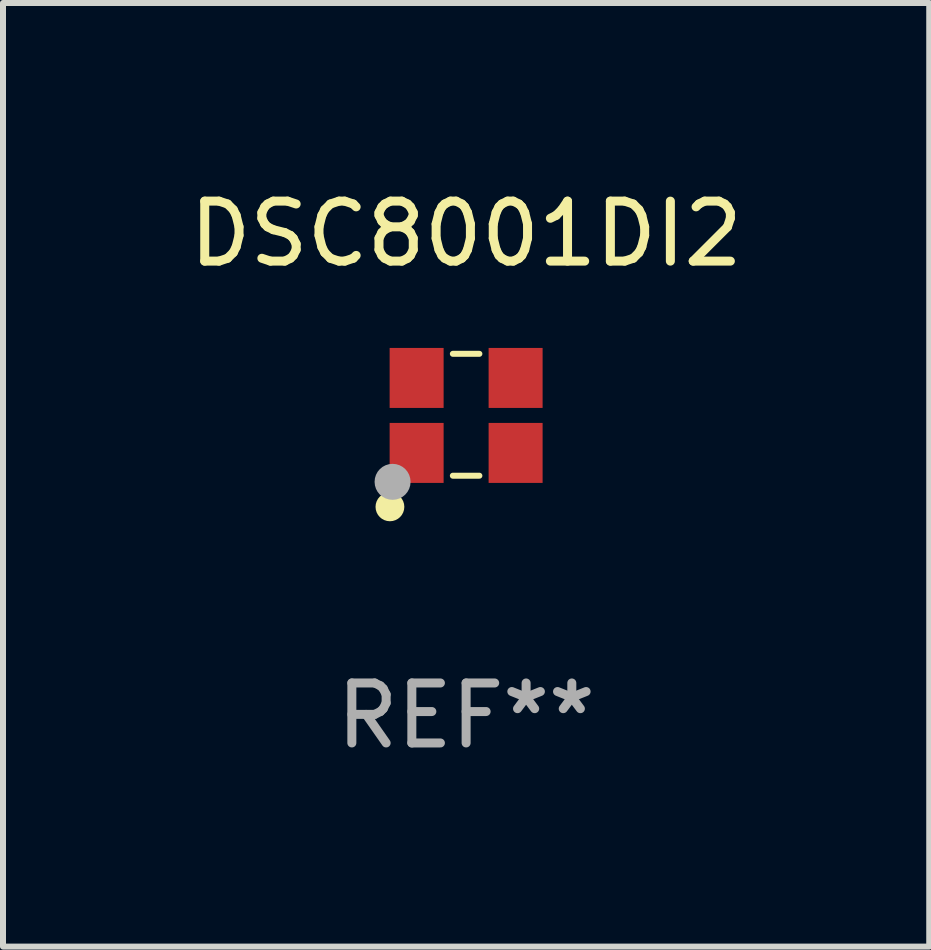
<source format=kicad_pcb>
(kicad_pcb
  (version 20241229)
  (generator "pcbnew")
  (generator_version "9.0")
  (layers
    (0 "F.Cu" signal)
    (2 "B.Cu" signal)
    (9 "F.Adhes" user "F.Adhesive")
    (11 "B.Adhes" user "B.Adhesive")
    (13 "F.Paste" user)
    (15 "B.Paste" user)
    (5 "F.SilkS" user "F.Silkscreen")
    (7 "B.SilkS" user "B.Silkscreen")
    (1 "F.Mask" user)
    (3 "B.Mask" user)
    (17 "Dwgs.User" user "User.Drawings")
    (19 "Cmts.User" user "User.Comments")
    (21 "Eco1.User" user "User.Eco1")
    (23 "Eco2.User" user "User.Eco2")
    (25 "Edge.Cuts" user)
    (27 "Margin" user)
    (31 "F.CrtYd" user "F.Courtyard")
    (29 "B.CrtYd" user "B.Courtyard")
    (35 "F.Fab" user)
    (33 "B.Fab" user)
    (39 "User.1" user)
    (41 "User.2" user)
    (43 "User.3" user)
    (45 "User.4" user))
  (footprint "DSC8001DI2"
    (layer "F.Cu")
    (at 4.72 3.864)
    (property "Reference" "DSC8001DI2" (at 0 -3.016 0) (layer "F.SilkS") (effects (font (size 1 1) (thickness 0.15))))
    (attr through_hole)
    (fp_line (start -0.221 -1.016) (end 0.221 -1.016) (stroke (width 0.1) (type solid)) (layer "F.SilkS"))
    (fp_line (start -0.221 1.016) (end 0.221 1.016) (stroke (width 0.1) (type solid)) (layer "F.SilkS"))
    (fp_circle (center -1.27 1.535) (end -1.15 1.535) (stroke (width 0.24) (type solid)) (fill no) (layer "F.SilkS"))
    (fp_circle (center -1.25 1) (end -1.22 1) (stroke (width 0.06) (type solid)) (fill no) (layer "F.SilkS"))
    (fp_circle (center -1.226 1.118) (end -1.076 1.118) (stroke (width 0.3) (type solid)) (fill no) (layer "F.Fab"))
    (fp_text user "REF**" (at 0 5.016 0) (layer "F.Fab") (effects (font (size 1 1) (thickness 0.15))))
    (pad "1" smd rect (at -0.825 0.636) (size 0.9 1) (layers "F.Cu" "F.Mask" "F.Paste"))
    (pad "2" smd rect (at 0.825 0.636) (size 0.9 1) (layers "F.Cu" "F.Mask" "F.Paste"))
    (pad "3" smd rect (at 0.825 -0.614) (size 0.9 1) (layers "F.Cu" "F.Mask" "F.Paste"))
    (pad "4" smd rect (at -0.825 -0.614) (size 0.9 1) (layers "F.Cu" "F.Mask" "F.Paste")))
  (gr_rect
    (start -3 -3)
    (end 12.44 12.729)
    (stroke (width 0.1) (type default))
    (fill no)
    (layer "Edge.Cuts")))
</source>
